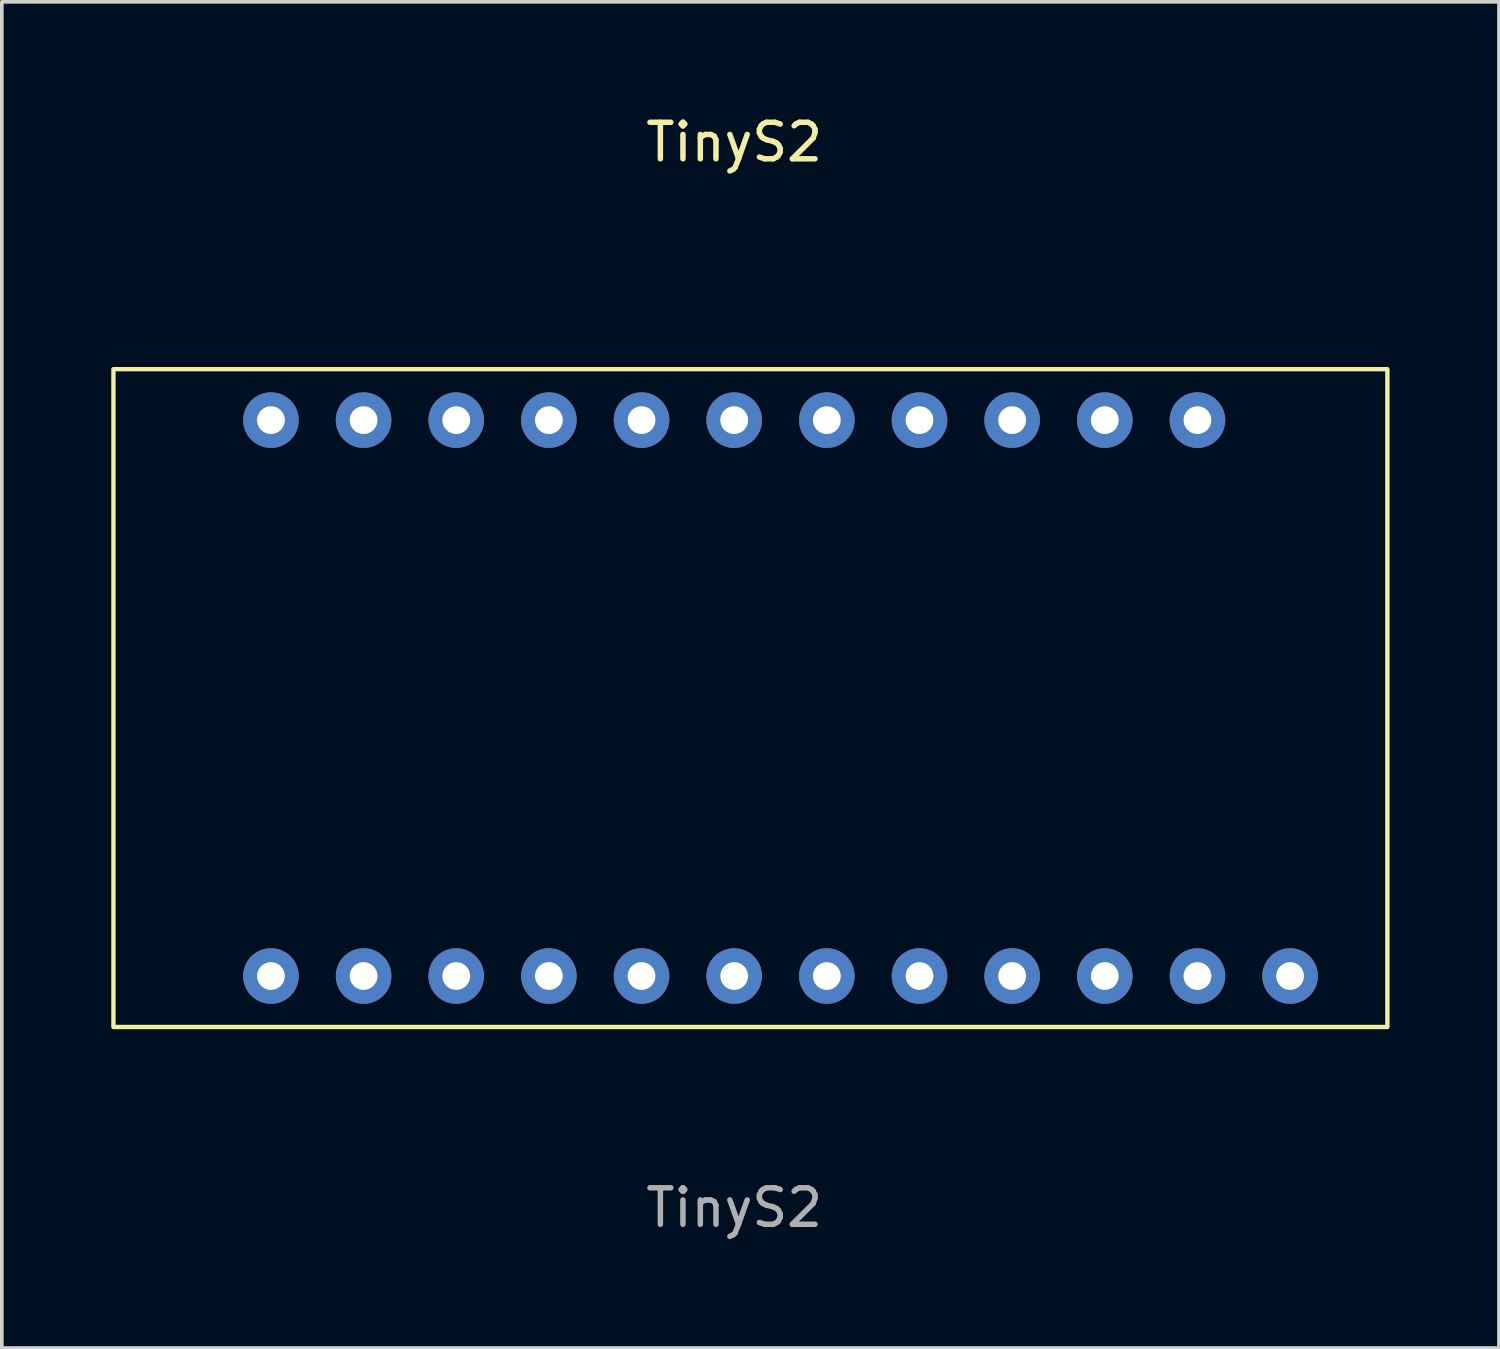
<source format=kicad_pcb>
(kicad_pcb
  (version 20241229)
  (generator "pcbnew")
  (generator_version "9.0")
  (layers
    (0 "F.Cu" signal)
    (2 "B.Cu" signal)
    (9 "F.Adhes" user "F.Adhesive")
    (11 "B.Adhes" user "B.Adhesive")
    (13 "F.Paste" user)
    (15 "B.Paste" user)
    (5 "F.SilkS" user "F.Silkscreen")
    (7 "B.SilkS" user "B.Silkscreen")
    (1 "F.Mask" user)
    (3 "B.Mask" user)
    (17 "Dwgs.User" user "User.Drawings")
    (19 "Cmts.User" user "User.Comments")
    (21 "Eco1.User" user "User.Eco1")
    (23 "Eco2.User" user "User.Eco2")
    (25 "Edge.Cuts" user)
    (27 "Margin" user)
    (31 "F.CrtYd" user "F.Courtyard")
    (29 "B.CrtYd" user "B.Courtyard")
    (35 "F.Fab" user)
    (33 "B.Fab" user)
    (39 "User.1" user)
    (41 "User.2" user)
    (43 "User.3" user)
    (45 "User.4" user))
  (footprint "TinyS2"
    (layer "F.Cu")
    (at 17.078 16.088)
    (property "Reference" "TinyS2" (at 0 -15.24 0) (unlocked yes) (layer "F.SilkS") (effects (font (size 1 1) (thickness 0.15))))
    (attr through_hole)
    (fp_rect (start -17.018 9.017) (end 17.907 -9.017) (stroke (width 0.12) (type solid)) (fill no) (layer "F.SilkS"))
    (fp_text user "${REFERENCE}" (at 0 13.97 0) (unlocked yes) (layer "F.Fab") (effects (font (size 1 1) (thickness 0.15))))
    (pad "1" thru_hole circle (at -12.7 -7.62) (size 1.524 1.524) (drill 0.762) (layers "*.Cu" "*.Mask"))
    (pad "2" thru_hole circle (at -10.16 -7.62) (size 1.524 1.524) (drill 0.762) (layers "*.Cu" "*.Mask"))
    (pad "3" thru_hole circle (at -7.62 -7.62) (size 1.524 1.524) (drill 0.762) (layers "*.Cu" "*.Mask"))
    (pad "4" thru_hole circle (at -5.08 -7.62) (size 1.524 1.524) (drill 0.762) (layers "*.Cu" "*.Mask"))
    (pad "5" thru_hole circle (at -2.54 -7.62) (size 1.524 1.524) (drill 0.762) (layers "*.Cu" "*.Mask"))
    (pad "6" thru_hole circle (at 0 -7.62) (size 1.524 1.524) (drill 0.762) (layers "*.Cu" "*.Mask"))
    (pad "7" thru_hole circle (at 2.54 -7.62) (size 1.524 1.524) (drill 0.762) (layers "*.Cu" "*.Mask"))
    (pad "8" thru_hole circle (at 5.08 -7.62) (size 1.524 1.524) (drill 0.762) (layers "*.Cu" "*.Mask"))
    (pad "9" thru_hole circle (at 7.62 -7.62) (size 1.524 1.524) (drill 0.762) (layers "*.Cu" "*.Mask"))
    (pad "10" thru_hole circle (at 10.16 -7.62) (size 1.524 1.524) (drill 0.762) (layers "*.Cu" "*.Mask"))
    (pad "11" thru_hole circle (at 12.7 -7.62) (size 1.524 1.524) (drill 0.762) (layers "*.Cu" "*.Mask"))
    (pad "12" thru_hole circle (at 15.24 7.62) (size 1.524 1.524) (drill 0.762) (layers "*.Cu" "*.Mask"))
    (pad "13" thru_hole circle (at 12.7 7.62) (size 1.524 1.524) (drill 0.762) (layers "*.Cu" "*.Mask"))
    (pad "14" thru_hole circle (at 10.16 7.62) (size 1.524 1.524) (drill 0.762) (layers "*.Cu" "*.Mask"))
    (pad "15" thru_hole circle (at 7.62 7.62) (size 1.524 1.524) (drill 0.762) (layers "*.Cu" "*.Mask"))
    (pad "16" thru_hole circle (at 5.08 7.62) (size 1.524 1.524) (drill 0.762) (layers "*.Cu" "*.Mask"))
    (pad "17" thru_hole circle (at 2.54 7.62) (size 1.524 1.524) (drill 0.762) (layers "*.Cu" "*.Mask"))
    (pad "18" thru_hole circle (at 0 7.62) (size 1.524 1.524) (drill 0.762) (layers "*.Cu" "*.Mask"))
    (pad "19" thru_hole circle (at -2.54 7.62) (size 1.524 1.524) (drill 0.762) (layers "*.Cu" "*.Mask"))
    (pad "20" thru_hole circle (at -5.08 7.62) (size 1.524 1.524) (drill 0.762) (layers "*.Cu" "*.Mask"))
    (pad "21" thru_hole circle (at -7.62 7.62) (size 1.524 1.524) (drill 0.762) (layers "*.Cu" "*.Mask"))
    (pad "22" thru_hole circle (at -10.16 7.62) (size 1.524 1.524) (drill 0.762) (layers "*.Cu" "*.Mask"))
    (pad "23" thru_hole circle (at -12.7 7.62) (size 1.524 1.524) (drill 0.762) (layers "*.Cu" "*.Mask")))
  (gr_rect
    (start -3 -3)
    (end 38.045 33.907)
    (stroke (width 0.1) (type default))
    (fill no)
    (layer "Edge.Cuts")))
</source>
